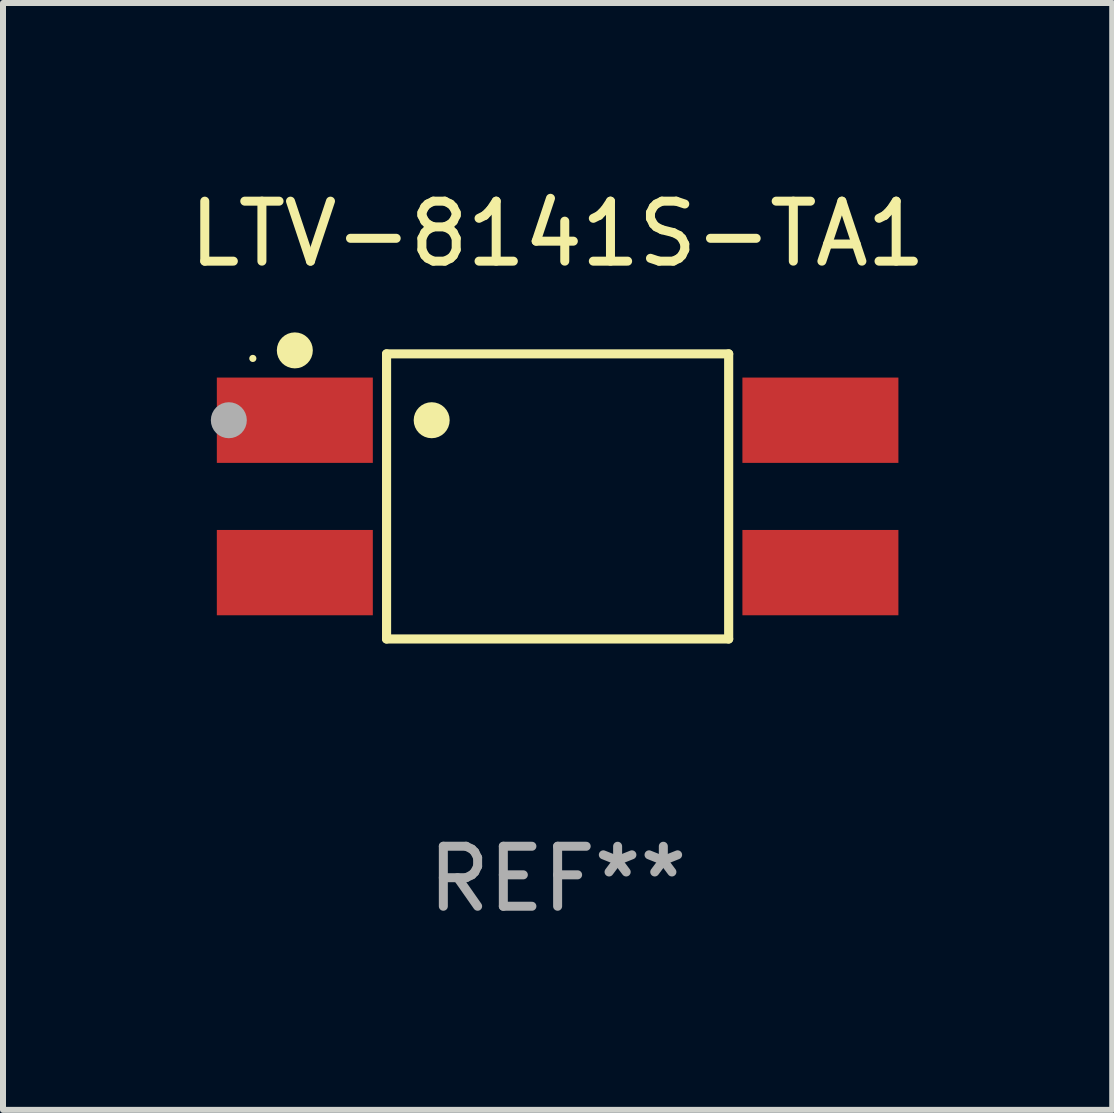
<source format=kicad_pcb>
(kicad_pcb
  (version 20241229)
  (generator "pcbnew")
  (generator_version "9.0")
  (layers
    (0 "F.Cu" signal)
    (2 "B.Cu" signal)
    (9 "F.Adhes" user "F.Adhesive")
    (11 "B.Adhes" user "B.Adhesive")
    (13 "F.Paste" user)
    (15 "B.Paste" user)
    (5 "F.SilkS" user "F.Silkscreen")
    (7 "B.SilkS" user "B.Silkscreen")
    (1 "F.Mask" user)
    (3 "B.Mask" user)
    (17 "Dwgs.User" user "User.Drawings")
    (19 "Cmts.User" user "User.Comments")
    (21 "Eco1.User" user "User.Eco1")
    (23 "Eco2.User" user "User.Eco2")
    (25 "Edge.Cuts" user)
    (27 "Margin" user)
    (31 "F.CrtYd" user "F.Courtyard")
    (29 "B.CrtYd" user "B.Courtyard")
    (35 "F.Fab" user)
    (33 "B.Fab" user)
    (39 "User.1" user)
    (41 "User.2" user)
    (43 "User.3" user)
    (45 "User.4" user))
  (footprint "LTV-8141S-TA1"
    (layer "F.Cu")
    (at 6.244 5.224)
    (property "Reference" "LTV-8141S-TA1" (at 0 -4.376 0) (layer "F.SilkS") (effects (font (size 1 1) (thickness 0.15))))
    (attr through_hole)
    (fp_line (start -2.851 -2.376) (end 2.851 -2.376) (stroke (width 0.152) (type solid)) (layer "F.SilkS"))
    (fp_line (start -2.851 2.376) (end -2.851 -2.376) (stroke (width 0.152) (type solid)) (layer "F.SilkS"))
    (fp_line (start 2.851 -2.376) (end 2.851 2.376) (stroke (width 0.152) (type solid)) (layer "F.SilkS"))
    (fp_line (start 2.851 2.376) (end -2.851 2.376) (stroke (width 0.152) (type solid)) (layer "F.SilkS"))
    (fp_circle (center -5.08 -2.3) (end -5.05 -2.3) (stroke (width 0.06) (type solid)) (fill no) (layer "F.SilkS"))
    (fp_circle (center -4.38 -2.434) (end -4.23 -2.434) (stroke (width 0.3) (type solid)) (fill no) (layer "F.SilkS"))
    (fp_circle (center -2.099 -1.27) (end -1.949 -1.27) (stroke (width 0.3) (type solid)) (fill no) (layer "F.SilkS"))
    (fp_circle (center -5.48 -1.27) (end -5.33 -1.27) (stroke (width 0.3) (type solid)) (fill no) (layer "F.Fab"))
    (fp_text user "REF**" (at 0 6.376 0) (layer "F.Fab") (effects (font (size 1 1) (thickness 0.15))))
    (pad "1" smd rect (at -4.38 -1.27) (size 2.6 1.422) (layers "F.Cu" "F.Mask" "F.Paste"))
    (pad "2" smd rect (at -4.38 1.27) (size 2.6 1.422) (layers "F.Cu" "F.Mask" "F.Paste"))
    (pad "3" smd rect (at 4.38 1.27) (size 2.6 1.422) (layers "F.Cu" "F.Mask" "F.Paste"))
    (pad "4" smd rect (at 4.38 -1.27) (size 2.6 1.422) (layers "F.Cu" "F.Mask" "F.Paste")))
  (gr_rect
    (start -3 -3)
    (end 15.488 15.449)
    (stroke (width 0.1) (type default))
    (fill no)
    (layer "Edge.Cuts")))
</source>
